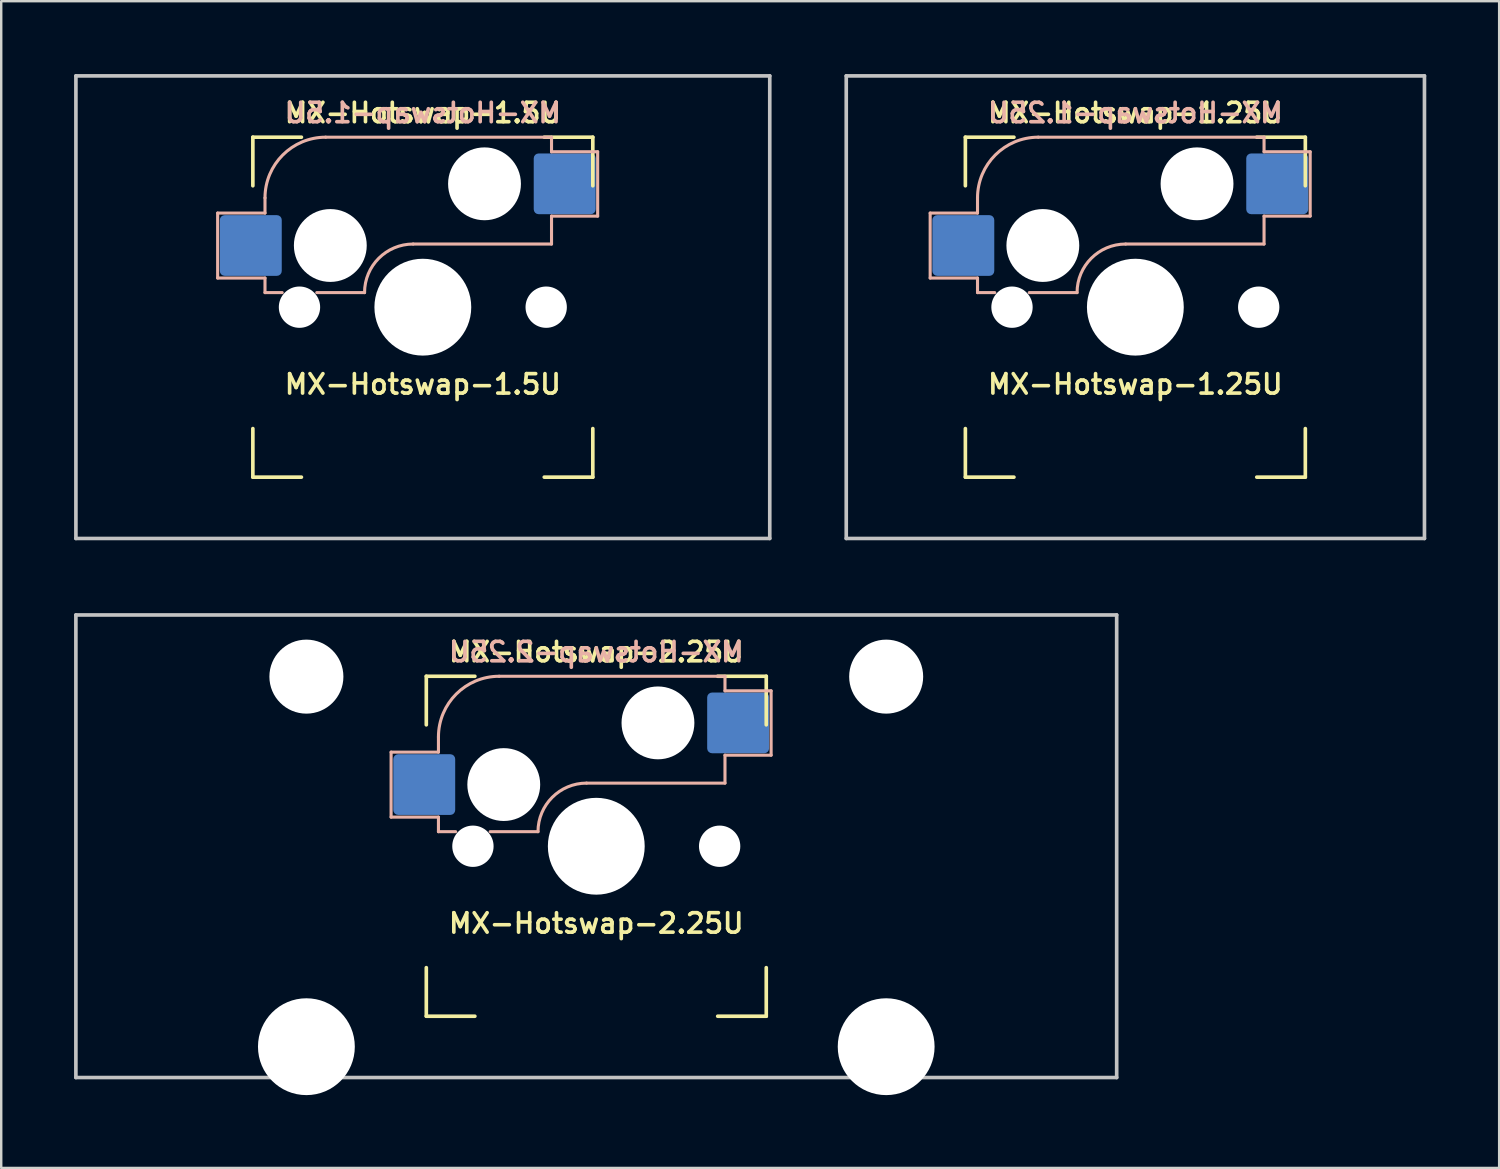
<source format=kicad_pcb>
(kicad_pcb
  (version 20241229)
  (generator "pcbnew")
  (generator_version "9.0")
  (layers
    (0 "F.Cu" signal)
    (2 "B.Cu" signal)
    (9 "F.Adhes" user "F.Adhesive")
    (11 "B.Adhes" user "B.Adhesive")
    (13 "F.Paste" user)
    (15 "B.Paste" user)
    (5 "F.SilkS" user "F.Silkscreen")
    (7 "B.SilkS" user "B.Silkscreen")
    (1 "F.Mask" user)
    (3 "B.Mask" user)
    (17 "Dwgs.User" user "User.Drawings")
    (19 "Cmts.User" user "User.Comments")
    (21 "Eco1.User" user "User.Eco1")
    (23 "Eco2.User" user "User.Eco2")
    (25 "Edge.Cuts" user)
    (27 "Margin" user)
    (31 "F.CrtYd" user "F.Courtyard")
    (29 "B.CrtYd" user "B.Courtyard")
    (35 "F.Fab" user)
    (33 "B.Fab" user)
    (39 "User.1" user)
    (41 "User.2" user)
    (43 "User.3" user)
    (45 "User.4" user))
  (footprint "MX-Hotswap-1.25U"
    (layer "F.Cu")
    (at 43.706 9.6)
    (property "Reference" "MX-Hotswap-1.25U" (at 0 3.175 0) (layer "F.SilkS") (effects (font (size 0.8 0.8) (thickness 0.15))))
    (attr smd)
    (fp_line (start -7 -7) (end -7 -5) (stroke (width 0.15) (type solid)) (layer "F.SilkS"))
    (fp_line (start -7 5) (end -7 7) (stroke (width 0.15) (type solid)) (layer "F.SilkS"))
    (fp_line (start -7 7) (end -5 7) (stroke (width 0.15) (type solid)) (layer "F.SilkS"))
    (fp_line (start -5 -7) (end -7 -7) (stroke (width 0.15) (type solid)) (layer "F.SilkS"))
    (fp_line (start 5 -7) (end 7 -7) (stroke (width 0.15) (type solid)) (layer "F.SilkS"))
    (fp_line (start 5 7) (end 7 7) (stroke (width 0.15) (type solid)) (layer "F.SilkS"))
    (fp_line (start 7 -7) (end 7 -5) (stroke (width 0.15) (type solid)) (layer "F.SilkS"))
    (fp_line (start 7 7) (end 7 5) (stroke (width 0.15) (type solid)) (layer "F.SilkS"))
    (fp_line (start -8.45 -3.875) (end -8.45 -1.2) (stroke (width 0.127) (type solid)) (layer "B.SilkS"))
    (fp_line (start -8.45 -1.2) (end -6.5 -1.2) (stroke (width 0.127) (type solid)) (layer "B.SilkS"))
    (fp_line (start -6.5 -4.5) (end -6.5 -3.875) (stroke (width 0.127) (type solid)) (layer "B.SilkS"))
    (fp_line (start -6.5 -3.875) (end -8.45 -3.875) (stroke (width 0.127) (type solid)) (layer "B.SilkS"))
    (fp_line (start -6.5 -0.6) (end -6.5 -1.2) (stroke (width 0.127) (type solid)) (layer "B.SilkS"))
    (fp_line (start -6.5 -0.6) (end -5.791 -0.6) (stroke (width 0.127) (type solid)) (layer "B.SilkS"))
    (fp_line (start -4.369 -0.6) (end -2.4 -0.6) (stroke (width 0.127) (type solid)) (layer "B.SilkS"))
    (fp_line (start -0.4 -2.6) (end 5.3 -2.6) (stroke (width 0.127) (type solid)) (layer "B.SilkS"))
    (fp_line (start 5.3 -7) (end -4 -7) (stroke (width 0.127) (type solid)) (layer "B.SilkS"))
    (fp_line (start 5.3 -7) (end 5.3 -6.4) (stroke (width 0.127) (type solid)) (layer "B.SilkS"))
    (fp_line (start 5.3 -6.4) (end 7.2 -6.4) (stroke (width 0.127) (type solid)) (layer "B.SilkS"))
    (fp_line (start 5.3 -2.6) (end 5.3 -3.75) (stroke (width 0.127) (type solid)) (layer "B.SilkS"))
    (fp_line (start 7.2 -6.4) (end 7.2 -3.75) (stroke (width 0.127) (type solid)) (layer "B.SilkS"))
    (fp_line (start 7.2 -3.75) (end 5.3 -3.75) (stroke (width 0.127) (type solid)) (layer "B.SilkS"))
    (fp_arc (start -6.5 -4.5) (mid -5.767767 -6.267766) (end -4 -7) (stroke (width 0.127) (type solid)) (layer "B.SilkS"))
    (fp_arc (start -2.4 -0.6) (mid -1.814214 -2.014214) (end -0.4 -2.6) (stroke (width 0.127) (type solid)) (layer "B.SilkS"))
    (fp_line (start -11.906 9.525) (end -11.906 -9.525) (stroke (width 0.15) (type solid)) (layer "Dwgs.User"))
    (fp_line (start 11.906 -9.525) (end -11.906 -9.525) (stroke (width 0.15) (type solid)) (layer "Dwgs.User"))
    (fp_line (start 11.906 9.525) (end -11.906 9.525) (stroke (width 0.15) (type solid)) (layer "Dwgs.User"))
    (fp_line (start 11.906 9.525) (end 11.906 -9.525) (stroke (width 0.15) (type solid)) (layer "Dwgs.User"))
    (fp_text user "${REFERENCE}" (at 0 -8.001 0) (layer "F.SilkS") (effects (font (size 0.8 0.8) (thickness 0.15))))
    (fp_text user "${REFERENCE}" (at 0 -8.001 0) (layer "B.SilkS") (effects (font (size 0.8 0.8) (thickness 0.15)) (justify mirror)))
    (pad "" np_thru_hole circle (at -5.08 0 48.099) (size 1.702 1.702) (drill 1.702) (layers "*.Cu" "*.Mask"))
    (pad "" np_thru_hole circle (at -3.81 -2.54) (size 3 3) (drill 3) (layers "*.Cu" "*.Mask"))
    (pad "" np_thru_hole circle (at 0 0) (size 3.988 3.988) (drill 3.988) (layers "*.Cu" "*.Mask"))
    (pad "" np_thru_hole circle (at 2.54 -5.08) (size 3 3) (drill 3) (layers "*.Cu" "*.Mask"))
    (pad "" np_thru_hole circle (at 5.08 0 48.099) (size 1.702 1.702) (drill 1.702) (layers "*.Cu" "*.Mask"))
    (pad "1" smd roundrect (at -7.085 -2.54) (size 2.55 2.5) (layers "B.Cu" "B.Mask" "B.Paste") (roundrect_rratio 0.08))
    (pad "2" smd roundrect (at 5.842 -5.08) (size 2.55 2.5) (layers "B.Cu" "B.Mask" "B.Paste") (roundrect_rratio 0.08)))
  (footprint "MX-Hotswap-1.5U"
    (layer "F.Cu")
    (at 14.363 9.6)
    (property "Reference" "MX-Hotswap-1.5U" (at 0 3.175 0) (layer "F.SilkS") (effects (font (size 0.8 0.8) (thickness 0.15))))
    (attr smd)
    (fp_line (start -7 -7) (end -7 -5) (stroke (width 0.15) (type solid)) (layer "F.SilkS"))
    (fp_line (start -7 5) (end -7 7) (stroke (width 0.15) (type solid)) (layer "F.SilkS"))
    (fp_line (start -7 7) (end -5 7) (stroke (width 0.15) (type solid)) (layer "F.SilkS"))
    (fp_line (start -5 -7) (end -7 -7) (stroke (width 0.15) (type solid)) (layer "F.SilkS"))
    (fp_line (start 5 -7) (end 7 -7) (stroke (width 0.15) (type solid)) (layer "F.SilkS"))
    (fp_line (start 5 7) (end 7 7) (stroke (width 0.15) (type solid)) (layer "F.SilkS"))
    (fp_line (start 7 -7) (end 7 -5) (stroke (width 0.15) (type solid)) (layer "F.SilkS"))
    (fp_line (start 7 7) (end 7 5) (stroke (width 0.15) (type solid)) (layer "F.SilkS"))
    (fp_line (start -8.45 -3.875) (end -8.45 -1.2) (stroke (width 0.127) (type solid)) (layer "B.SilkS"))
    (fp_line (start -8.45 -1.2) (end -6.5 -1.2) (stroke (width 0.127) (type solid)) (layer "B.SilkS"))
    (fp_line (start -6.5 -4.5) (end -6.5 -3.875) (stroke (width 0.127) (type solid)) (layer "B.SilkS"))
    (fp_line (start -6.5 -3.875) (end -8.45 -3.875) (stroke (width 0.127) (type solid)) (layer "B.SilkS"))
    (fp_line (start -6.5 -0.6) (end -6.5 -1.2) (stroke (width 0.127) (type solid)) (layer "B.SilkS"))
    (fp_line (start -6.5 -0.6) (end -5.791 -0.6) (stroke (width 0.127) (type solid)) (layer "B.SilkS"))
    (fp_line (start -4.369 -0.6) (end -2.4 -0.6) (stroke (width 0.127) (type solid)) (layer "B.SilkS"))
    (fp_line (start -0.4 -2.6) (end 5.3 -2.6) (stroke (width 0.127) (type solid)) (layer "B.SilkS"))
    (fp_line (start 5.3 -7) (end -4 -7) (stroke (width 0.127) (type solid)) (layer "B.SilkS"))
    (fp_line (start 5.3 -7) (end 5.3 -6.4) (stroke (width 0.127) (type solid)) (layer "B.SilkS"))
    (fp_line (start 5.3 -6.4) (end 7.2 -6.4) (stroke (width 0.127) (type solid)) (layer "B.SilkS"))
    (fp_line (start 5.3 -2.6) (end 5.3 -3.75) (stroke (width 0.127) (type solid)) (layer "B.SilkS"))
    (fp_line (start 7.2 -6.4) (end 7.2 -3.75) (stroke (width 0.127) (type solid)) (layer "B.SilkS"))
    (fp_line (start 7.2 -3.75) (end 5.3 -3.75) (stroke (width 0.127) (type solid)) (layer "B.SilkS"))
    (fp_arc (start -6.5 -4.5) (mid -5.767767 -6.267766) (end -4 -7) (stroke (width 0.127) (type solid)) (layer "B.SilkS"))
    (fp_arc (start -2.4 -0.6) (mid -1.814214 -2.014214) (end -0.4 -2.6) (stroke (width 0.127) (type solid)) (layer "B.SilkS"))
    (fp_line (start -14.287 9.525) (end -14.287 -9.525) (stroke (width 0.15) (type solid)) (layer "Dwgs.User"))
    (fp_line (start 14.287 -9.525) (end -14.287 -9.525) (stroke (width 0.15) (type solid)) (layer "Dwgs.User"))
    (fp_line (start 14.287 9.525) (end -14.287 9.525) (stroke (width 0.15) (type solid)) (layer "Dwgs.User"))
    (fp_line (start 14.287 9.525) (end 14.287 -9.525) (stroke (width 0.15) (type solid)) (layer "Dwgs.User"))
    (fp_text user "${REFERENCE}" (at 0 -8.001 0) (layer "F.SilkS") (effects (font (size 0.8 0.8) (thickness 0.15))))
    (fp_text user "${REFERENCE}" (at 0 -8.001 0) (layer "B.SilkS") (effects (font (size 0.8 0.8) (thickness 0.15)) (justify mirror)))
    (pad "" np_thru_hole circle (at -5.08 0 48.099) (size 1.702 1.702) (drill 1.702) (layers "*.Cu" "*.Mask"))
    (pad "" np_thru_hole circle (at -3.81 -2.54) (size 3 3) (drill 3) (layers "*.Cu" "*.Mask"))
    (pad "" np_thru_hole circle (at 0 0) (size 3.988 3.988) (drill 3.988) (layers "*.Cu" "*.Mask"))
    (pad "" np_thru_hole circle (at 2.54 -5.08) (size 3 3) (drill 3) (layers "*.Cu" "*.Mask"))
    (pad "" np_thru_hole circle (at 5.08 0 48.099) (size 1.702 1.702) (drill 1.702) (layers "*.Cu" "*.Mask"))
    (pad "1" smd roundrect (at -7.085 -2.54) (size 2.55 2.5) (layers "B.Cu" "B.Mask" "B.Paste") (roundrect_rratio 0.08))
    (pad "2" smd roundrect (at 5.842 -5.08) (size 2.55 2.5) (layers "B.Cu" "B.Mask" "B.Paste") (roundrect_rratio 0.08)))
  (footprint "MX-Hotswap-2.25U"
    (layer "F.Cu")
    (at 21.506 31.8)
    (property "Reference" "MX-Hotswap-2.25U" (at 0 3.175 0) (layer "F.SilkS") (effects (font (size 0.8 0.8) (thickness 0.15))))
    (attr smd)
    (fp_line (start -7 -7) (end -7 -5) (stroke (width 0.15) (type solid)) (layer "F.SilkS"))
    (fp_line (start -7 5) (end -7 7) (stroke (width 0.15) (type solid)) (layer "F.SilkS"))
    (fp_line (start -7 7) (end -5 7) (stroke (width 0.15) (type solid)) (layer "F.SilkS"))
    (fp_line (start -5 -7) (end -7 -7) (stroke (width 0.15) (type solid)) (layer "F.SilkS"))
    (fp_line (start 5 -7) (end 7 -7) (stroke (width 0.15) (type solid)) (layer "F.SilkS"))
    (fp_line (start 5 7) (end 7 7) (stroke (width 0.15) (type solid)) (layer "F.SilkS"))
    (fp_line (start 7 -7) (end 7 -5) (stroke (width 0.15) (type solid)) (layer "F.SilkS"))
    (fp_line (start 7 7) (end 7 5) (stroke (width 0.15) (type solid)) (layer "F.SilkS"))
    (fp_line (start -8.45 -3.875) (end -8.45 -1.2) (stroke (width 0.127) (type solid)) (layer "B.SilkS"))
    (fp_line (start -8.45 -1.2) (end -6.5 -1.2) (stroke (width 0.127) (type solid)) (layer "B.SilkS"))
    (fp_line (start -6.5 -4.5) (end -6.5 -3.875) (stroke (width 0.127) (type solid)) (layer "B.SilkS"))
    (fp_line (start -6.5 -3.875) (end -8.45 -3.875) (stroke (width 0.127) (type solid)) (layer "B.SilkS"))
    (fp_line (start -6.5 -0.6) (end -6.5 -1.2) (stroke (width 0.127) (type solid)) (layer "B.SilkS"))
    (fp_line (start -6.5 -0.6) (end -5.791 -0.6) (stroke (width 0.127) (type solid)) (layer "B.SilkS"))
    (fp_line (start -4.369 -0.6) (end -2.4 -0.6) (stroke (width 0.127) (type solid)) (layer "B.SilkS"))
    (fp_line (start -0.4 -2.6) (end 5.3 -2.6) (stroke (width 0.127) (type solid)) (layer "B.SilkS"))
    (fp_line (start 5.3 -7) (end -4 -7) (stroke (width 0.127) (type solid)) (layer "B.SilkS"))
    (fp_line (start 5.3 -7) (end 5.3 -6.4) (stroke (width 0.127) (type solid)) (layer "B.SilkS"))
    (fp_line (start 5.3 -6.4) (end 7.2 -6.4) (stroke (width 0.127) (type solid)) (layer "B.SilkS"))
    (fp_line (start 5.3 -2.6) (end 5.3 -3.75) (stroke (width 0.127) (type solid)) (layer "B.SilkS"))
    (fp_line (start 7.2 -6.4) (end 7.2 -3.75) (stroke (width 0.127) (type solid)) (layer "B.SilkS"))
    (fp_line (start 7.2 -3.75) (end 5.3 -3.75) (stroke (width 0.127) (type solid)) (layer "B.SilkS"))
    (fp_arc (start -6.5 -4.5) (mid -5.767767 -6.267766) (end -4 -7) (stroke (width 0.127) (type solid)) (layer "B.SilkS"))
    (fp_arc (start -2.4 -0.6) (mid -1.814214 -2.014214) (end -0.4 -2.6) (stroke (width 0.127) (type solid)) (layer "B.SilkS"))
    (fp_line (start -21.431 9.525) (end -21.431 -9.525) (stroke (width 0.15) (type solid)) (layer "Dwgs.User"))
    (fp_line (start 21.431 -9.525) (end -21.431 -9.525) (stroke (width 0.15) (type solid)) (layer "Dwgs.User"))
    (fp_line (start 21.431 9.525) (end -21.431 9.525) (stroke (width 0.15) (type solid)) (layer "Dwgs.User"))
    (fp_line (start 21.431 9.525) (end 21.431 -9.525) (stroke (width 0.15) (type solid)) (layer "Dwgs.User"))
    (fp_text user "${REFERENCE}" (at 0 -8.001 0) (layer "F.SilkS") (effects (font (size 0.8 0.8) (thickness 0.15))))
    (fp_text user "${REFERENCE}" (at 0 -8.001 0) (layer "B.SilkS") (effects (font (size 0.8 0.8) (thickness 0.15)) (justify mirror)))
    (pad "" np_thru_hole circle (at -11.938 -6.985) (size 3.048 3.048) (drill 3.048) (layers "*.Cu" "*.Mask"))
    (pad "" np_thru_hole circle (at -11.938 8.255) (size 3.988 3.988) (drill 3.988) (layers "*.Cu" "*.Mask"))
    (pad "" np_thru_hole circle (at -5.08 0 48.099) (size 1.702 1.702) (drill 1.702) (layers "*.Cu" "*.Mask"))
    (pad "" np_thru_hole circle (at -3.81 -2.54) (size 3 3) (drill 3) (layers "*.Cu" "*.Mask"))
    (pad "" np_thru_hole circle (at 0 0) (size 3.988 3.988) (drill 3.988) (layers "*.Cu" "*.Mask"))
    (pad "" np_thru_hole circle (at 2.54 -5.08) (size 3 3) (drill 3) (layers "*.Cu" "*.Mask"))
    (pad "" np_thru_hole circle (at 5.08 0 48.099) (size 1.702 1.702) (drill 1.702) (layers "*.Cu" "*.Mask"))
    (pad "" np_thru_hole circle (at 11.938 -6.985) (size 3.048 3.048) (drill 3.048) (layers "*.Cu" "*.Mask"))
    (pad "" np_thru_hole circle (at 11.938 8.255) (size 3.988 3.988) (drill 3.988) (layers "*.Cu" "*.Mask"))
    (pad "1" smd roundrect (at -7.085 -2.54) (size 2.55 2.5) (layers "B.Cu" "B.Mask" "B.Paste") (roundrect_rratio 0.08))
    (pad "2" smd roundrect (at 5.842 -5.08) (size 2.55 2.5) (layers "B.Cu" "B.Mask" "B.Paste") (roundrect_rratio 0.08)))
  (gr_rect
    (start -3 -3)
    (end 58.688 45.049)
    (stroke (width 0.1) (type default))
    (fill no)
    (layer "Edge.Cuts")))
</source>
